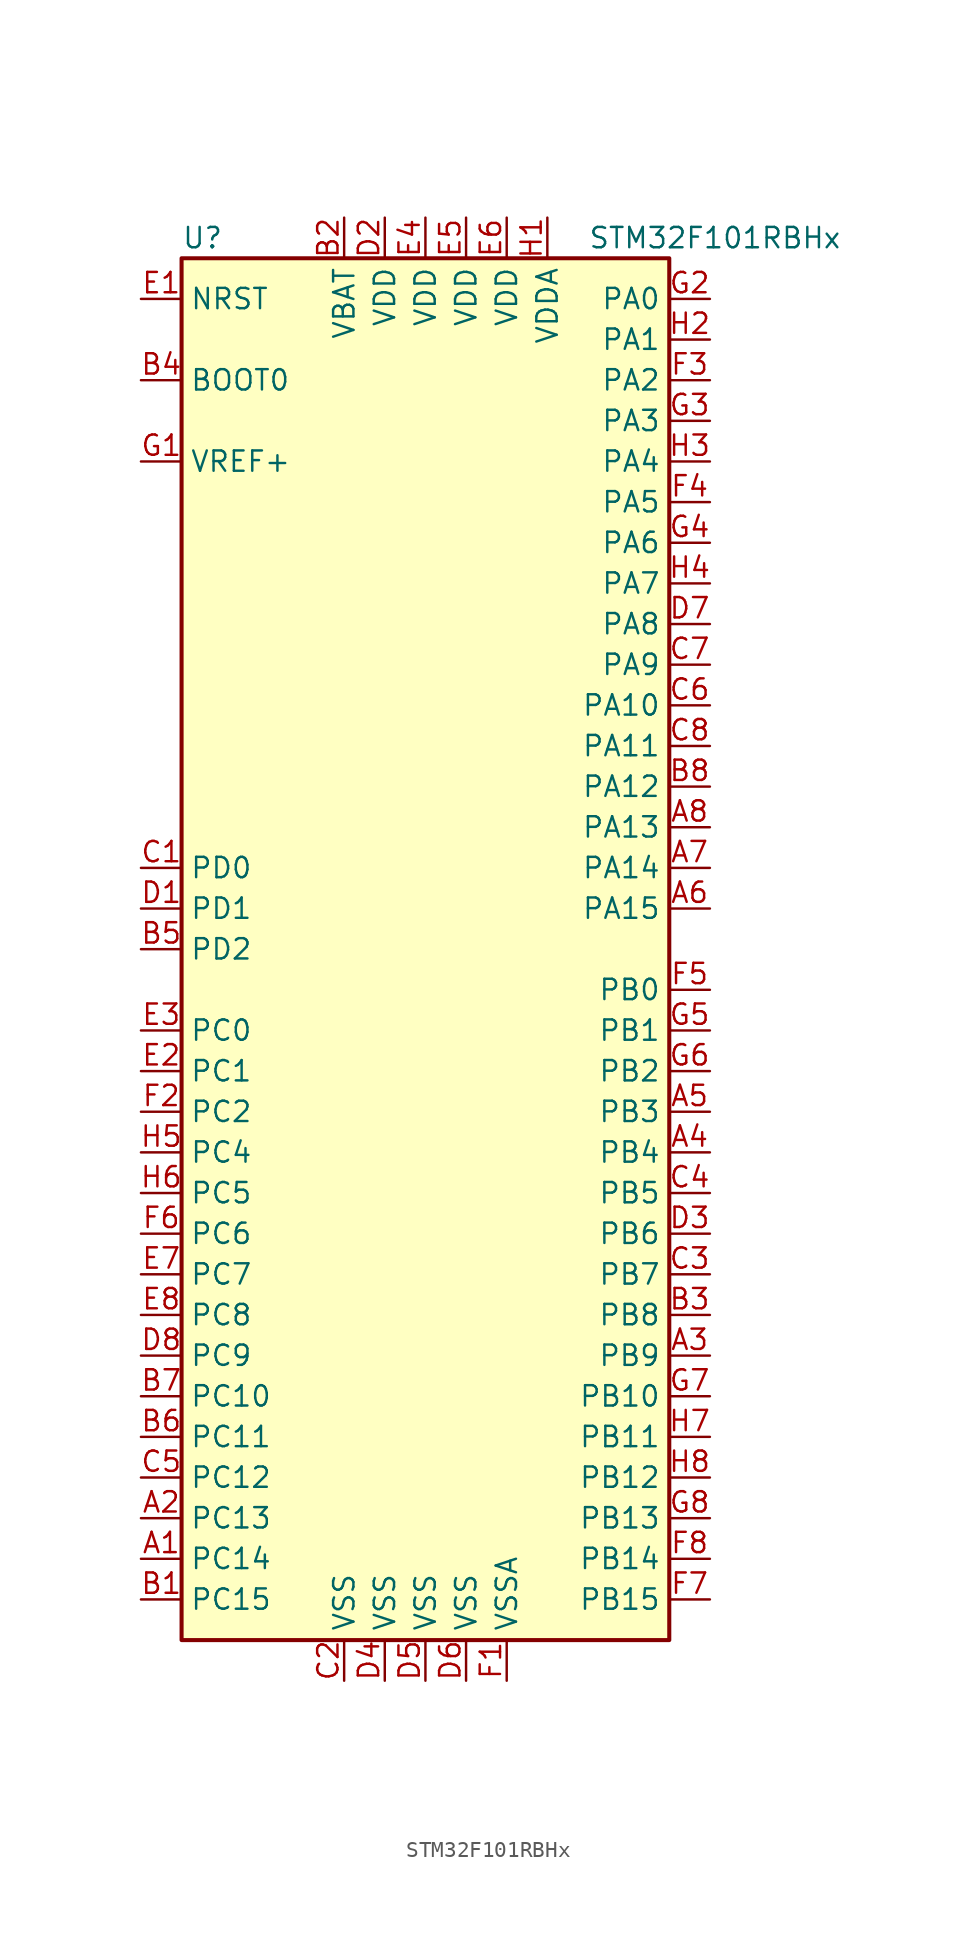
<source format=kicad_sym>
(kicad_symbol_lib
  (version 20201005)
  (generator kicad_symbol_editor)
  (symbol "MCU_ST_STM32F1:STM32F101RBHx"
    (property "Reference" "U"
      (at -15.24 44.45 0)
      (effects (font (size 1.27 1.27)) (justify left)))
    (property "Value" "STM32F101RBHx"
      (at 10.16 44.45 0)
      (effects (font (size 1.27 1.27)) (justify left)))
    (symbol "STM32F101RBHx_0_1"
      (rectangle (start -15.24 -43.18) (end 15.24 43.18) (stroke (width 0.254)) (fill (type background))))
    (symbol "STM32F101RBHx_1_1"
      (pin input line (at -17.78 35.56 0) (length 2.54) (name "BOOT0" (effects (font (size 1.27 1.27)))) (number "B4" (effects (font (size 1.27 1.27)))))
      (pin input line (at -17.78 40.64 0) (length 2.54) (name "NRST" (effects (font (size 1.27 1.27)))) (number "E1" (effects (font (size 1.27 1.27)))))
      (pin bidirectional line (at 17.78 40.64 180) (length 2.54) (name "PA0" (effects (font (size 1.27 1.27)))) (number "G2" (effects (font (size 1.27 1.27)))))
      (pin bidirectional line (at 17.78 38.1 180) (length 2.54) (name "PA1" (effects (font (size 1.27 1.27)))) (number "H2" (effects (font (size 1.27 1.27)))))
      (pin bidirectional line (at 17.78 15.24 180) (length 2.54) (name "PA10" (effects (font (size 1.27 1.27)))) (number "C6" (effects (font (size 1.27 1.27)))))
      (pin bidirectional line (at 17.78 12.7 180) (length 2.54) (name "PA11" (effects (font (size 1.27 1.27)))) (number "C8" (effects (font (size 1.27 1.27)))))
      (pin bidirectional line (at 17.78 10.16 180) (length 2.54) (name "PA12" (effects (font (size 1.27 1.27)))) (number "B8" (effects (font (size 1.27 1.27)))))
      (pin bidirectional line (at 17.78 7.62 180) (length 2.54) (name "PA13" (effects (font (size 1.27 1.27)))) (number "A8" (effects (font (size 1.27 1.27)))))
      (pin bidirectional line (at 17.78 5.08 180) (length 2.54) (name "PA14" (effects (font (size 1.27 1.27)))) (number "A7" (effects (font (size 1.27 1.27)))))
      (pin bidirectional line (at 17.78 2.54 180) (length 2.54) (name "PA15" (effects (font (size 1.27 1.27)))) (number "A6" (effects (font (size 1.27 1.27)))))
      (pin bidirectional line (at 17.78 35.56 180) (length 2.54) (name "PA2" (effects (font (size 1.27 1.27)))) (number "F3" (effects (font (size 1.27 1.27)))))
      (pin bidirectional line (at 17.78 33.02 180) (length 2.54) (name "PA3" (effects (font (size 1.27 1.27)))) (number "G3" (effects (font (size 1.27 1.27)))))
      (pin bidirectional line (at 17.78 30.48 180) (length 2.54) (name "PA4" (effects (font (size 1.27 1.27)))) (number "H3" (effects (font (size 1.27 1.27)))))
      (pin bidirectional line (at 17.78 27.94 180) (length 2.54) (name "PA5" (effects (font (size 1.27 1.27)))) (number "F4" (effects (font (size 1.27 1.27)))))
      (pin bidirectional line (at 17.78 25.4 180) (length 2.54) (name "PA6" (effects (font (size 1.27 1.27)))) (number "G4" (effects (font (size 1.27 1.27)))))
      (pin bidirectional line (at 17.78 22.86 180) (length 2.54) (name "PA7" (effects (font (size 1.27 1.27)))) (number "H4" (effects (font (size 1.27 1.27)))))
      (pin bidirectional line (at 17.78 20.32 180) (length 2.54) (name "PA8" (effects (font (size 1.27 1.27)))) (number "D7" (effects (font (size 1.27 1.27)))))
      (pin bidirectional line (at 17.78 17.78 180) (length 2.54) (name "PA9" (effects (font (size 1.27 1.27)))) (number "C7" (effects (font (size 1.27 1.27)))))
      (pin bidirectional line (at 17.78 -2.54 180) (length 2.54) (name "PB0" (effects (font (size 1.27 1.27)))) (number "F5" (effects (font (size 1.27 1.27)))))
      (pin bidirectional line (at 17.78 -5.08 180) (length 2.54) (name "PB1" (effects (font (size 1.27 1.27)))) (number "G5" (effects (font (size 1.27 1.27)))))
      (pin bidirectional line (at 17.78 -27.94 180) (length 2.54) (name "PB10" (effects (font (size 1.27 1.27)))) (number "G7" (effects (font (size 1.27 1.27)))))
      (pin bidirectional line (at 17.78 -30.48 180) (length 2.54) (name "PB11" (effects (font (size 1.27 1.27)))) (number "H7" (effects (font (size 1.27 1.27)))))
      (pin bidirectional line (at 17.78 -33.02 180) (length 2.54) (name "PB12" (effects (font (size 1.27 1.27)))) (number "H8" (effects (font (size 1.27 1.27)))))
      (pin bidirectional line (at 17.78 -35.56 180) (length 2.54) (name "PB13" (effects (font (size 1.27 1.27)))) (number "G8" (effects (font (size 1.27 1.27)))))
      (pin bidirectional line (at 17.78 -38.1 180) (length 2.54) (name "PB14" (effects (font (size 1.27 1.27)))) (number "F8" (effects (font (size 1.27 1.27)))))
      (pin bidirectional line (at 17.78 -40.64 180) (length 2.54) (name "PB15" (effects (font (size 1.27 1.27)))) (number "F7" (effects (font (size 1.27 1.27)))))
      (pin bidirectional line (at 17.78 -7.62 180) (length 2.54) (name "PB2" (effects (font (size 1.27 1.27)))) (number "G6" (effects (font (size 1.27 1.27)))))
      (pin bidirectional line (at 17.78 -10.16 180) (length 2.54) (name "PB3" (effects (font (size 1.27 1.27)))) (number "A5" (effects (font (size 1.27 1.27)))))
      (pin bidirectional line (at 17.78 -12.7 180) (length 2.54) (name "PB4" (effects (font (size 1.27 1.27)))) (number "A4" (effects (font (size 1.27 1.27)))))
      (pin bidirectional line (at 17.78 -15.24 180) (length 2.54) (name "PB5" (effects (font (size 1.27 1.27)))) (number "C4" (effects (font (size 1.27 1.27)))))
      (pin bidirectional line (at 17.78 -17.78 180) (length 2.54) (name "PB6" (effects (font (size 1.27 1.27)))) (number "D3" (effects (font (size 1.27 1.27)))))
      (pin bidirectional line (at 17.78 -20.32 180) (length 2.54) (name "PB7" (effects (font (size 1.27 1.27)))) (number "C3" (effects (font (size 1.27 1.27)))))
      (pin bidirectional line (at 17.78 -22.86 180) (length 2.54) (name "PB8" (effects (font (size 1.27 1.27)))) (number "B3" (effects (font (size 1.27 1.27)))))
      (pin bidirectional line (at 17.78 -25.4 180) (length 2.54) (name "PB9" (effects (font (size 1.27 1.27)))) (number "A3" (effects (font (size 1.27 1.27)))))
      (pin bidirectional line (at -17.78 -5.08 0) (length 2.54) (name "PC0" (effects (font (size 1.27 1.27)))) (number "E3" (effects (font (size 1.27 1.27)))))
      (pin bidirectional line (at -17.78 -7.62 0) (length 2.54) (name "PC1" (effects (font (size 1.27 1.27)))) (number "E2" (effects (font (size 1.27 1.27)))))
      (pin bidirectional line (at -17.78 -27.94 0) (length 2.54) (name "PC10" (effects (font (size 1.27 1.27)))) (number "B7" (effects (font (size 1.27 1.27)))))
      (pin bidirectional line (at -17.78 -30.48 0) (length 2.54) (name "PC11" (effects (font (size 1.27 1.27)))) (number "B6" (effects (font (size 1.27 1.27)))))
      (pin bidirectional line (at -17.78 -33.02 0) (length 2.54) (name "PC12" (effects (font (size 1.27 1.27)))) (number "C5" (effects (font (size 1.27 1.27)))))
      (pin bidirectional line (at -17.78 -35.56 0) (length 2.54) (name "PC13" (effects (font (size 1.27 1.27)))) (number "A2" (effects (font (size 1.27 1.27)))))
      (pin bidirectional line (at -17.78 -38.1 0) (length 2.54) (name "PC14" (effects (font (size 1.27 1.27)))) (number "A1" (effects (font (size 1.27 1.27)))))
      (pin bidirectional line (at -17.78 -40.64 0) (length 2.54) (name "PC15" (effects (font (size 1.27 1.27)))) (number "B1" (effects (font (size 1.27 1.27)))))
      (pin bidirectional line (at -17.78 -10.16 0) (length 2.54) (name "PC2" (effects (font (size 1.27 1.27)))) (number "F2" (effects (font (size 1.27 1.27)))))
      (pin bidirectional line (at -17.78 -12.7 0) (length 2.54) (name "PC4" (effects (font (size 1.27 1.27)))) (number "H5" (effects (font (size 1.27 1.27)))))
      (pin bidirectional line (at -17.78 -15.24 0) (length 2.54) (name "PC5" (effects (font (size 1.27 1.27)))) (number "H6" (effects (font (size 1.27 1.27)))))
      (pin bidirectional line (at -17.78 -17.78 0) (length 2.54) (name "PC6" (effects (font (size 1.27 1.27)))) (number "F6" (effects (font (size 1.27 1.27)))))
      (pin bidirectional line (at -17.78 -20.32 0) (length 2.54) (name "PC7" (effects (font (size 1.27 1.27)))) (number "E7" (effects (font (size 1.27 1.27)))))
      (pin bidirectional line (at -17.78 -22.86 0) (length 2.54) (name "PC8" (effects (font (size 1.27 1.27)))) (number "E8" (effects (font (size 1.27 1.27)))))
      (pin bidirectional line (at -17.78 -25.4 0) (length 2.54) (name "PC9" (effects (font (size 1.27 1.27)))) (number "D8" (effects (font (size 1.27 1.27)))))
      (pin input line (at -17.78 5.08 0) (length 2.54) (name "PD0" (effects (font (size 1.27 1.27)))) (number "C1" (effects (font (size 1.27 1.27)))))
      (pin input line (at -17.78 2.54 0) (length 2.54) (name "PD1" (effects (font (size 1.27 1.27)))) (number "D1" (effects (font (size 1.27 1.27)))))
      (pin bidirectional line (at -17.78 0 0) (length 2.54) (name "PD2" (effects (font (size 1.27 1.27)))) (number "B5" (effects (font (size 1.27 1.27)))))
      (pin power_in line (at -5.08 45.72 270) (length 2.54) (name "VBAT" (effects (font (size 1.27 1.27)))) (number "B2" (effects (font (size 1.27 1.27)))))
      (pin power_in line (at -2.54 45.72 270) (length 2.54) (name "VDD" (effects (font (size 1.27 1.27)))) (number "D2" (effects (font (size 1.27 1.27)))))
      (pin power_in line (at 0 45.72 270) (length 2.54) (name "VDD" (effects (font (size 1.27 1.27)))) (number "E4" (effects (font (size 1.27 1.27)))))
      (pin power_in line (at 2.54 45.72 270) (length 2.54) (name "VDD" (effects (font (size 1.27 1.27)))) (number "E5" (effects (font (size 1.27 1.27)))))
      (pin power_in line (at 5.08 45.72 270) (length 2.54) (name "VDD" (effects (font (size 1.27 1.27)))) (number "E6" (effects (font (size 1.27 1.27)))))
      (pin power_in line (at 7.62 45.72 270) (length 2.54) (name "VDDA" (effects (font (size 1.27 1.27)))) (number "H1" (effects (font (size 1.27 1.27)))))
      (pin power_in line (at -17.78 30.48 0) (length 2.54) (name "VREF+" (effects (font (size 1.27 1.27)))) (number "G1" (effects (font (size 1.27 1.27)))))
      (pin power_in line (at -5.08 -45.72 90) (length 2.54) (name "VSS" (effects (font (size 1.27 1.27)))) (number "C2" (effects (font (size 1.27 1.27)))))
      (pin power_in line (at -2.54 -45.72 90) (length 2.54) (name "VSS" (effects (font (size 1.27 1.27)))) (number "D4" (effects (font (size 1.27 1.27)))))
      (pin power_in line (at 0 -45.72 90) (length 2.54) (name "VSS" (effects (font (size 1.27 1.27)))) (number "D5" (effects (font (size 1.27 1.27)))))
      (pin power_in line (at 2.54 -45.72 90) (length 2.54) (name "VSS" (effects (font (size 1.27 1.27)))) (number "D6" (effects (font (size 1.27 1.27)))))
      (pin power_in line (at 5.08 -45.72 90) (length 2.54) (name "VSSA" (effects (font (size 1.27 1.27)))) (number "F1" (effects (font (size 1.27 1.27))))))))
</source>
